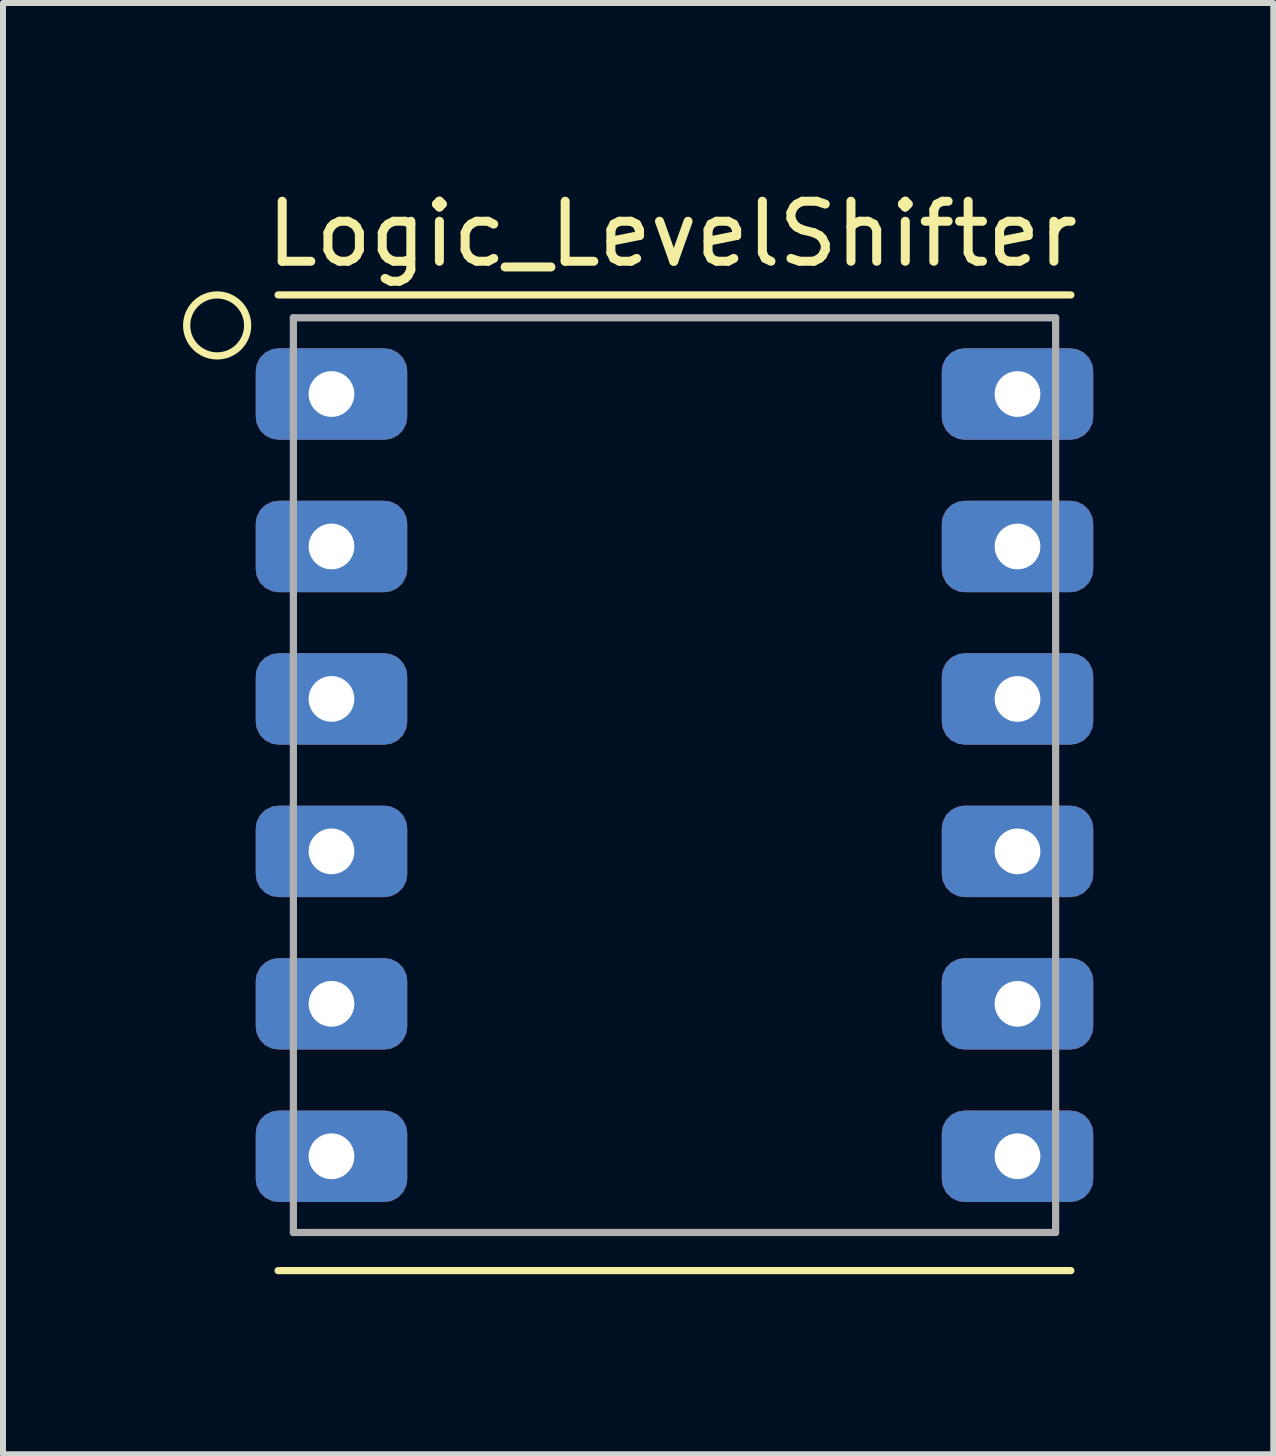
<source format=kicad_pcb>
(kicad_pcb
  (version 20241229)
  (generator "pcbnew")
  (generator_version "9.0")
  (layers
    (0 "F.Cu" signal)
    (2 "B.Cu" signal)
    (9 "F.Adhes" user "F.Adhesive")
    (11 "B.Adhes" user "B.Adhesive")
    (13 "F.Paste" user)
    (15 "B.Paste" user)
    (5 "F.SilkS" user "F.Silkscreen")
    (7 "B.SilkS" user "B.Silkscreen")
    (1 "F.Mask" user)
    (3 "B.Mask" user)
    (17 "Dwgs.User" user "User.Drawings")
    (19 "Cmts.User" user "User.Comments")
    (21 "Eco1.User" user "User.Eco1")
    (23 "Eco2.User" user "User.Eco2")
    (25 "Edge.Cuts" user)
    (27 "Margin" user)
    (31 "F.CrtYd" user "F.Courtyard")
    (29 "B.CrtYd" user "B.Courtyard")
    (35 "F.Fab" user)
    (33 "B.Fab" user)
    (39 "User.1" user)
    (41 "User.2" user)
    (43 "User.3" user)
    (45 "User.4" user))
  (footprint "Logic_LevelShifter"
    (layer "F.Cu")
    (at 8.188 2.88)
    (property "Reference" "Logic_LevelShifter" (at -0.036 -2.032 0) (layer "F.SilkS") (effects (font (size 1 1) (thickness 0.15))))
    (attr through_hole)
    (fp_line (start -6.604 -1.016) (end 6.604 -1.016) (stroke (width 0.12) (type solid)) (layer "F.SilkS"))
    (fp_line (start 6.604 15.24) (end -6.604 15.24) (stroke (width 0.12) (type solid)) (layer "F.SilkS"))
    (fp_circle (center -7.62 -0.508) (end -7.112 -0.508) (stroke (width 0.12) (type solid)) (fill no) (layer "F.SilkS"))
    (fp_line (start -6.35 -0.635) (end -6.35 14.605) (stroke (width 0.12) (type solid)) (layer "F.Fab"))
    (fp_line (start -6.35 -0.635) (end 6.35 -0.635) (stroke (width 0.12) (type solid)) (layer "F.Fab"))
    (fp_line (start -6.35 14.605) (end 6.35 14.605) (stroke (width 0.12) (type solid)) (layer "F.Fab"))
    (fp_line (start 6.35 14.605) (end 6.35 -0.635) (stroke (width 0.12) (type solid)) (layer "F.Fab"))
    (pad "1" thru_hole roundrect (at -5.715 0.635) (size 2.524 1.524) (drill 0.762) (layers "*.Cu" "*.Mask") (roundrect_rratio 0.25))
    (pad "2" thru_hole roundrect (at -5.715 3.175) (size 2.524 1.524) (drill 0.762) (layers "*.Cu" "*.Mask") (roundrect_rratio 0.25))
    (pad "3" thru_hole roundrect (at -5.715 5.715) (size 2.524 1.524) (drill 0.762) (layers "*.Cu" "*.Mask") (roundrect_rratio 0.25))
    (pad "4" thru_hole roundrect (at -5.715 8.255) (size 2.524 1.524) (drill 0.762) (layers "*.Cu" "*.Mask") (roundrect_rratio 0.25))
    (pad "5" thru_hole roundrect (at -5.715 10.795) (size 2.524 1.524) (drill 0.762) (layers "*.Cu" "*.Mask") (roundrect_rratio 0.25))
    (pad "6" thru_hole roundrect (at -5.715 13.335) (size 2.524 1.524) (drill 0.762) (layers "*.Cu" "*.Mask") (roundrect_rratio 0.25))
    (pad "7" thru_hole roundrect (at 5.715 13.335) (size 2.524 1.524) (drill 0.762) (layers "*.Cu" "*.Mask") (roundrect_rratio 0.25))
    (pad "8" thru_hole roundrect (at 5.715 10.795) (size 2.524 1.524) (drill 0.762) (layers "*.Cu" "*.Mask") (roundrect_rratio 0.25))
    (pad "9" thru_hole roundrect (at 5.715 8.255) (size 2.524 1.524) (drill 0.762) (layers "*.Cu" "*.Mask") (roundrect_rratio 0.25))
    (pad "10" thru_hole roundrect (at 5.715 5.715) (size 2.524 1.524) (drill 0.762) (layers "*.Cu" "*.Mask") (roundrect_rratio 0.25))
    (pad "11" thru_hole roundrect (at 5.715 3.175) (size 2.524 1.524) (drill 0.762) (layers "*.Cu" "*.Mask") (roundrect_rratio 0.25))
    (pad "12" thru_hole roundrect (at 5.715 0.635) (size 2.524 1.524) (drill 0.762) (layers "*.Cu" "*.Mask") (roundrect_rratio 0.25)))
  (gr_rect
    (start -3 -3)
    (end 18.165 21.18)
    (stroke (width 0.1) (type default))
    (fill no)
    (layer "Edge.Cuts")))
</source>
